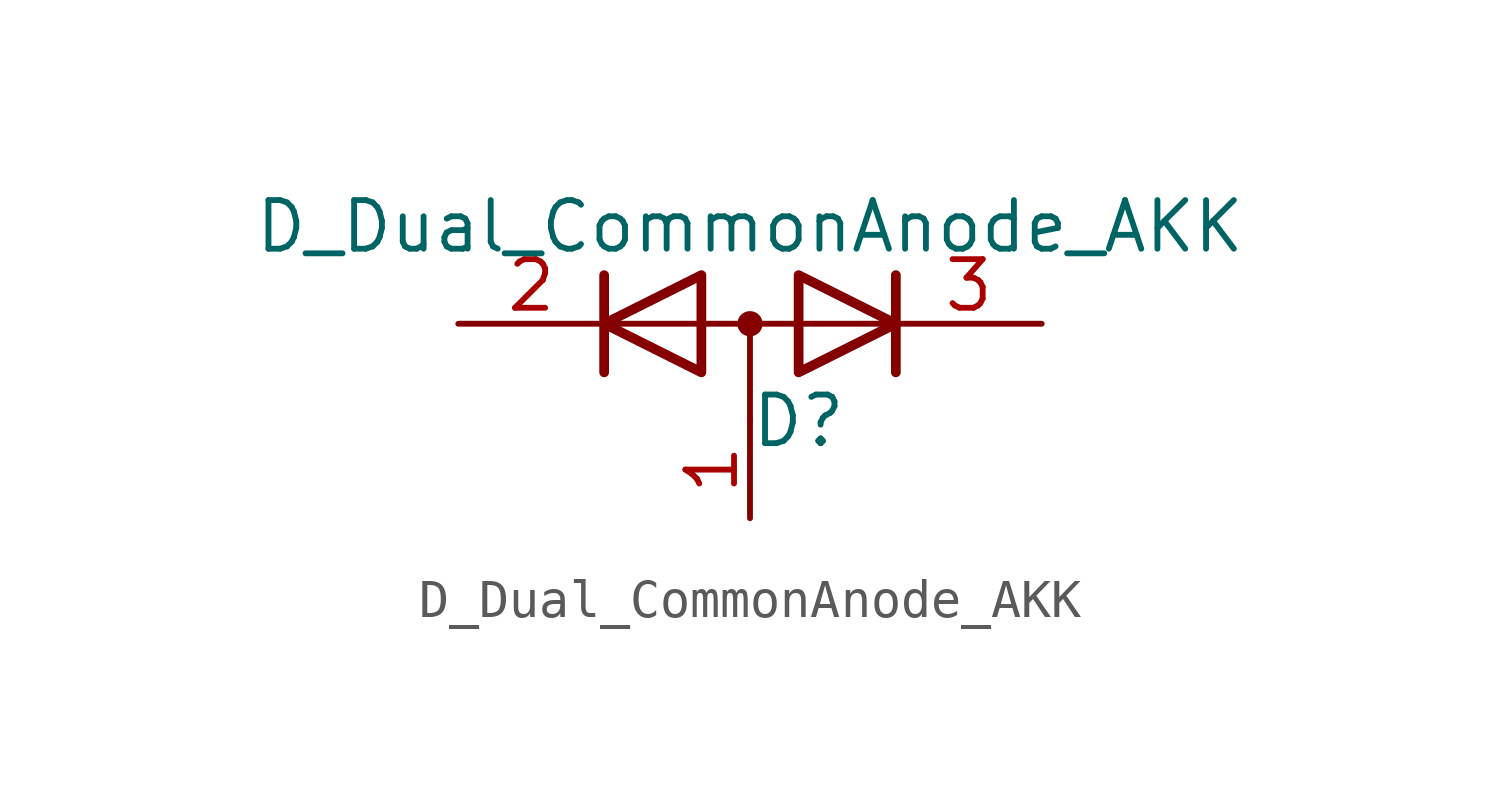
<source format=kicad_sym>
(kicad_symbol_lib
  (version 20201005)
  (generator kicad_symbol_editor)
  (symbol "D_Dual_CommonAnode_AKK"
    (pin_names
      (offset 0.762) hide)
    (property "Reference" "D"
      (at 1.27 -2.54 0)
      (effects (font (size 1.27 1.27))))
    (property "Value" "D_Dual_CommonAnode_AKK"
      (at 0 2.54 0)
      (effects (font (size 1.27 1.27))))
    (symbol "D_Dual_CommonAnode_AKK_0_1"
      (circle (center 0 0) (radius 0.254) (stroke (width 0)) (fill (type outline)))
      (polyline (pts (xy -3.556 0) (xy 3.81 0)) (stroke (width 0)) (fill (type none)))
      (polyline (pts (xy 0 0) (xy 0 -2.54)) (stroke (width 0)) (fill (type none)))
      (polyline (pts (xy -3.81 1.27) (xy -3.81 -1.27) (xy -3.81 -1.27)) (stroke (width 0.254)) (fill (type none)))
      (polyline (pts (xy 3.81 1.27) (xy 3.81 -1.27) (xy 3.81 -1.27)) (stroke (width 0.254)) (fill (type none)))
      (polyline (pts (xy -1.27 -1.27) (xy -3.81 0) (xy -1.27 1.27) (xy -1.27 -1.27) (xy -1.27 -1.27) (xy -1.27 -1.27)) (stroke (width 0.254)) (fill (type none)))
      (polyline (pts (xy 1.27 1.27) (xy 3.81 0) (xy 1.27 -1.27) (xy 1.27 1.27) (xy 1.27 1.27) (xy 1.27 1.27)) (stroke (width 0.254)) (fill (type none)))
      (pin passive line (at 0 -5.08 90) (length 2.54) (name "A" (effects (font (size 1.27 1.27)))) (number "1" (effects (font (size 1.27 1.27)))))
      (pin passive line (at -7.62 0 0) (length 3.81) (name "K" (effects (font (size 1.27 1.27)))) (number "2" (effects (font (size 1.27 1.27)))))
      (pin passive line (at 7.62 0 180) (length 3.81) (name "K" (effects (font (size 1.27 1.27)))) (number "3" (effects (font (size 1.27 1.27))))))))
</source>
